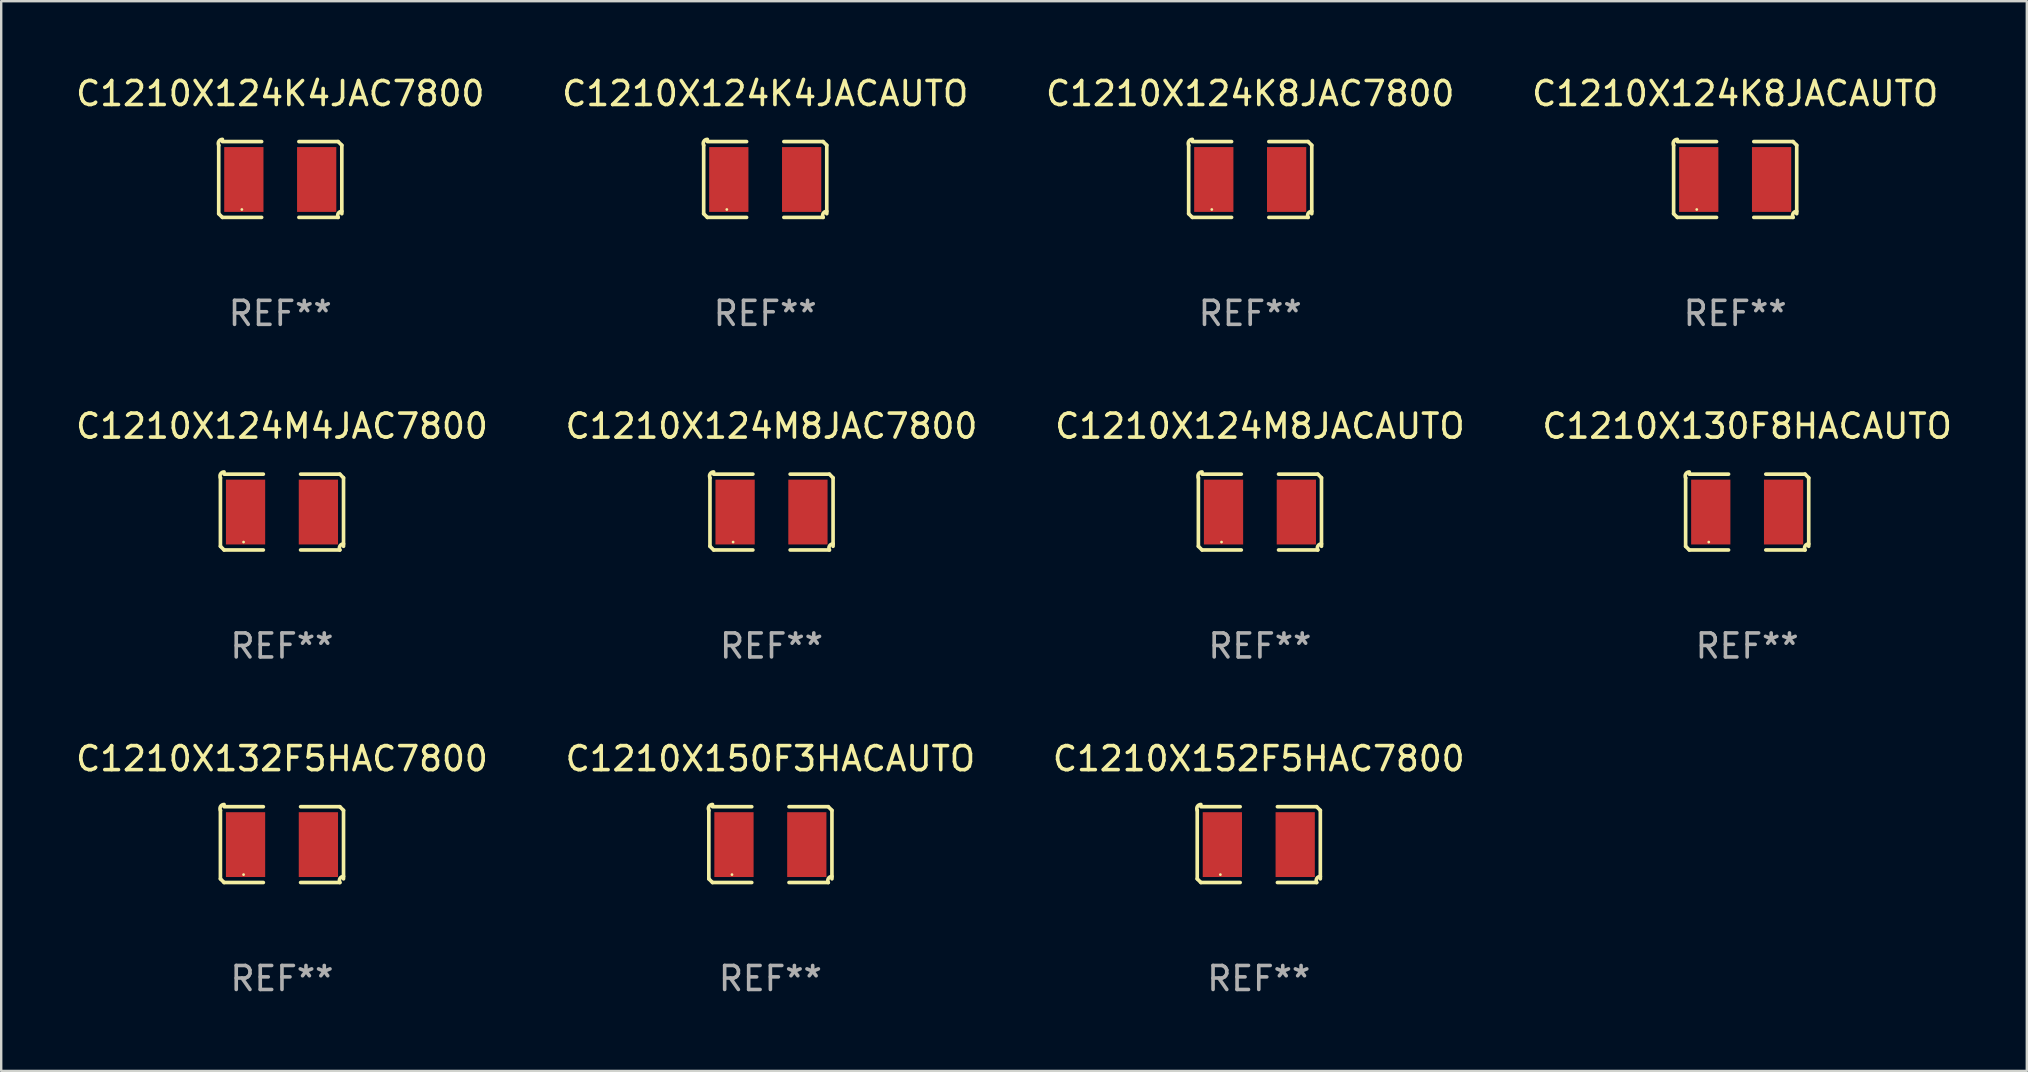
<source format=kicad_pcb>
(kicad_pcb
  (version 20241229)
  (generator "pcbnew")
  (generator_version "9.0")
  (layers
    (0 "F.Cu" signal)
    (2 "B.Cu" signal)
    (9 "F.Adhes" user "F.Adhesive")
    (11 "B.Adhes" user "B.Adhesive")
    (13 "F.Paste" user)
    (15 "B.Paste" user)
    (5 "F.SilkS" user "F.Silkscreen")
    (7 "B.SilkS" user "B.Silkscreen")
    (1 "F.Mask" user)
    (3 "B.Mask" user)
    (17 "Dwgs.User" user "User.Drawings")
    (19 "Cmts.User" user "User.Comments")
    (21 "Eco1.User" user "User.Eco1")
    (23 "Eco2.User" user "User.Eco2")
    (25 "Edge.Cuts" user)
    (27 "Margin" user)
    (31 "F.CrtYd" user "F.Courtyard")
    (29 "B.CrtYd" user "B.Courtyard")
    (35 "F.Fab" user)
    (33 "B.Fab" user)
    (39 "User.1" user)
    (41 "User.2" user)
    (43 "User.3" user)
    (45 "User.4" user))
  (footprint "C1210X150F3HACAUTO"
    (layer "F.Cu")
    (at 29.042 32.134)
    (property "Reference" "C1210X150F3HACAUTO" (at 0 -3.579 0) (layer "F.SilkS") (effects (font (size 1 1) (thickness 0.15))))
    (attr through_hole)
    (fp_line (start -2.564 1.426) (end -2.564 -1.426) (stroke (width 0.152) (type solid)) (layer "F.SilkS"))
    (fp_line (start -2.411 -1.579) (end -0.776 -1.579) (stroke (width 0.152) (type solid)) (layer "F.SilkS"))
    (fp_line (start -0.776 1.579) (end -2.411 1.579) (stroke (width 0.152) (type solid)) (layer "F.SilkS"))
    (fp_line (start 0.776 1.579) (end 2.411 1.579) (stroke (width 0.152) (type solid)) (layer "F.SilkS"))
    (fp_line (start 2.411 -1.579) (end 0.776 -1.579) (stroke (width 0.152) (type solid)) (layer "F.SilkS"))
    (fp_line (start 2.564 1.426) (end 2.564 -1.426) (stroke (width 0.152) (type solid)) (layer "F.SilkS"))
    (fp_arc (start -2.563602 -1.426213) (mid -2.555597 -1.591233) (end -2.411201 -1.671518) (stroke (width 0.1524) (type solid)) (layer "F.SilkS"))
    (fp_arc (start -2.5636 1.426214) (mid -2.487389 1.502402) (end -2.411201 1.578613) (stroke (width 0.1524) (type solid)) (layer "F.SilkS"))
    (fp_arc (start 2.411197 -1.578618) (mid 2.487403 -1.502419) (end 2.563602 -1.426213) (stroke (width 0.1524) (type solid)) (layer "F.SilkS"))
    (fp_arc (start 2.411201 1.578613) (mid 2.416214 1.409455) (end 2.563602 1.32629) (stroke (width 0.1524) (type solid)) (layer "F.SilkS"))
    (fp_circle (center -1.6 1.25) (end -1.57 1.25) (stroke (width 0.06) (type solid)) (fill no) (layer "F.SilkS"))
    (fp_text user "REF**" (at 0 5.579 0) (layer "F.Fab") (effects (font (size 1 1) (thickness 0.15))))
    (pad "1" smd rect (at -1.517 0) (size 1.635 2.7) (layers "F.Cu" "F.Mask" "F.Paste"))
    (pad "2" smd rect (at 1.517 0) (size 1.635 2.7) (layers "F.Cu" "F.Mask" "F.Paste")))
  (footprint "C1210X124M4JAC7800"
    (layer "F.Cu")
    (at 8.696 18.281)
    (property "Reference" "C1210X124M4JAC7800" (at 0 -3.579 0) (layer "F.SilkS") (effects (font (size 1 1) (thickness 0.15))))
    (attr through_hole)
    (fp_line (start -2.564 1.426) (end -2.564 -1.426) (stroke (width 0.152) (type solid)) (layer "F.SilkS"))
    (fp_line (start -2.411 -1.579) (end -0.776 -1.579) (stroke (width 0.152) (type solid)) (layer "F.SilkS"))
    (fp_line (start -0.776 1.579) (end -2.411 1.579) (stroke (width 0.152) (type solid)) (layer "F.SilkS"))
    (fp_line (start 0.776 1.579) (end 2.411 1.579) (stroke (width 0.152) (type solid)) (layer "F.SilkS"))
    (fp_line (start 2.411 -1.579) (end 0.776 -1.579) (stroke (width 0.152) (type solid)) (layer "F.SilkS"))
    (fp_line (start 2.564 1.426) (end 2.564 -1.426) (stroke (width 0.152) (type solid)) (layer "F.SilkS"))
    (fp_arc (start -2.563602 -1.426213) (mid -2.555597 -1.591233) (end -2.411201 -1.671518) (stroke (width 0.1524) (type solid)) (layer "F.SilkS"))
    (fp_arc (start -2.5636 1.426214) (mid -2.487389 1.502402) (end -2.411201 1.578613) (stroke (width 0.1524) (type solid)) (layer "F.SilkS"))
    (fp_arc (start 2.411197 -1.578618) (mid 2.487403 -1.502419) (end 2.563602 -1.426213) (stroke (width 0.1524) (type solid)) (layer "F.SilkS"))
    (fp_arc (start 2.411201 1.578613) (mid 2.416214 1.409455) (end 2.563602 1.32629) (stroke (width 0.1524) (type solid)) (layer "F.SilkS"))
    (fp_circle (center -1.6 1.25) (end -1.57 1.25) (stroke (width 0.06) (type solid)) (fill no) (layer "F.SilkS"))
    (fp_text user "REF**" (at 0 5.579 0) (layer "F.Fab") (effects (font (size 1 1) (thickness 0.15))))
    (pad "1" smd rect (at -1.517 0) (size 1.635 2.7) (layers "F.Cu" "F.Mask" "F.Paste"))
    (pad "2" smd rect (at 1.517 0) (size 1.635 2.7) (layers "F.Cu" "F.Mask" "F.Paste")))
  (footprint "C1210X124K8JACAUTO"
    (layer "F.Cu")
    (at 69.232 4.427)
    (property "Reference" "C1210X124K8JACAUTO" (at 0 -3.579 0) (layer "F.SilkS") (effects (font (size 1 1) (thickness 0.15))))
    (attr through_hole)
    (fp_line (start -2.564 1.426) (end -2.564 -1.426) (stroke (width 0.152) (type solid)) (layer "F.SilkS"))
    (fp_line (start -2.411 -1.579) (end -0.776 -1.579) (stroke (width 0.152) (type solid)) (layer "F.SilkS"))
    (fp_line (start -0.776 1.579) (end -2.411 1.579) (stroke (width 0.152) (type solid)) (layer "F.SilkS"))
    (fp_line (start 0.776 1.579) (end 2.411 1.579) (stroke (width 0.152) (type solid)) (layer "F.SilkS"))
    (fp_line (start 2.411 -1.579) (end 0.776 -1.579) (stroke (width 0.152) (type solid)) (layer "F.SilkS"))
    (fp_line (start 2.564 1.426) (end 2.564 -1.426) (stroke (width 0.152) (type solid)) (layer "F.SilkS"))
    (fp_arc (start -2.563602 -1.426213) (mid -2.555597 -1.591233) (end -2.411201 -1.671518) (stroke (width 0.1524) (type solid)) (layer "F.SilkS"))
    (fp_arc (start -2.5636 1.426214) (mid -2.487389 1.502402) (end -2.411201 1.578613) (stroke (width 0.1524) (type solid)) (layer "F.SilkS"))
    (fp_arc (start 2.411197 -1.578618) (mid 2.487403 -1.502419) (end 2.563602 -1.426213) (stroke (width 0.1524) (type solid)) (layer "F.SilkS"))
    (fp_arc (start 2.411201 1.578613) (mid 2.416214 1.409455) (end 2.563602 1.32629) (stroke (width 0.1524) (type solid)) (layer "F.SilkS"))
    (fp_circle (center -1.6 1.25) (end -1.57 1.25) (stroke (width 0.06) (type solid)) (fill no) (layer "F.SilkS"))
    (fp_text user "REF**" (at 0 5.579 0) (layer "F.Fab") (effects (font (size 1 1) (thickness 0.15))))
    (pad "1" smd rect (at -1.517 0) (size 1.635 2.7) (layers "F.Cu" "F.Mask" "F.Paste"))
    (pad "2" smd rect (at 1.517 0) (size 1.635 2.7) (layers "F.Cu" "F.Mask" "F.Paste")))
  (footprint "C1210X124M8JAC7800"
    (layer "F.Cu")
    (at 29.089 18.281)
    (property "Reference" "C1210X124M8JAC7800" (at 0 -3.579 0) (layer "F.SilkS") (effects (font (size 1 1) (thickness 0.15))))
    (attr through_hole)
    (fp_line (start -2.564 1.426) (end -2.564 -1.426) (stroke (width 0.152) (type solid)) (layer "F.SilkS"))
    (fp_line (start -2.411 -1.579) (end -0.776 -1.579) (stroke (width 0.152) (type solid)) (layer "F.SilkS"))
    (fp_line (start -0.776 1.579) (end -2.411 1.579) (stroke (width 0.152) (type solid)) (layer "F.SilkS"))
    (fp_line (start 0.776 1.579) (end 2.411 1.579) (stroke (width 0.152) (type solid)) (layer "F.SilkS"))
    (fp_line (start 2.411 -1.579) (end 0.776 -1.579) (stroke (width 0.152) (type solid)) (layer "F.SilkS"))
    (fp_line (start 2.564 1.426) (end 2.564 -1.426) (stroke (width 0.152) (type solid)) (layer "F.SilkS"))
    (fp_arc (start -2.563602 -1.426213) (mid -2.555597 -1.591233) (end -2.411201 -1.671518) (stroke (width 0.1524) (type solid)) (layer "F.SilkS"))
    (fp_arc (start -2.5636 1.426214) (mid -2.487389 1.502402) (end -2.411201 1.578613) (stroke (width 0.1524) (type solid)) (layer "F.SilkS"))
    (fp_arc (start 2.411197 -1.578618) (mid 2.487403 -1.502419) (end 2.563602 -1.426213) (stroke (width 0.1524) (type solid)) (layer "F.SilkS"))
    (fp_arc (start 2.411201 1.578613) (mid 2.416214 1.409455) (end 2.563602 1.32629) (stroke (width 0.1524) (type solid)) (layer "F.SilkS"))
    (fp_circle (center -1.6 1.25) (end -1.57 1.25) (stroke (width 0.06) (type solid)) (fill no) (layer "F.SilkS"))
    (fp_text user "REF**" (at 0 5.579 0) (layer "F.Fab") (effects (font (size 1 1) (thickness 0.15))))
    (pad "1" smd rect (at -1.517 0) (size 1.635 2.7) (layers "F.Cu" "F.Mask" "F.Paste"))
    (pad "2" smd rect (at 1.517 0) (size 1.635 2.7) (layers "F.Cu" "F.Mask" "F.Paste")))
  (footprint "C1210X124K4JAC7800"
    (layer "F.Cu")
    (at 8.625 4.427)
    (property "Reference" "C1210X124K4JAC7800" (at 0 -3.579 0) (layer "F.SilkS") (effects (font (size 1 1) (thickness 0.15))))
    (attr through_hole)
    (fp_line (start -2.564 1.426) (end -2.564 -1.426) (stroke (width 0.152) (type solid)) (layer "F.SilkS"))
    (fp_line (start -2.411 -1.579) (end -0.776 -1.579) (stroke (width 0.152) (type solid)) (layer "F.SilkS"))
    (fp_line (start -0.776 1.579) (end -2.411 1.579) (stroke (width 0.152) (type solid)) (layer "F.SilkS"))
    (fp_line (start 0.776 1.579) (end 2.411 1.579) (stroke (width 0.152) (type solid)) (layer "F.SilkS"))
    (fp_line (start 2.411 -1.579) (end 0.776 -1.579) (stroke (width 0.152) (type solid)) (layer "F.SilkS"))
    (fp_line (start 2.564 1.426) (end 2.564 -1.426) (stroke (width 0.152) (type solid)) (layer "F.SilkS"))
    (fp_arc (start -2.563602 -1.426213) (mid -2.555597 -1.591233) (end -2.411201 -1.671518) (stroke (width 0.1524) (type solid)) (layer "F.SilkS"))
    (fp_arc (start -2.5636 1.426214) (mid -2.487389 1.502402) (end -2.411201 1.578613) (stroke (width 0.1524) (type solid)) (layer "F.SilkS"))
    (fp_arc (start 2.411197 -1.578618) (mid 2.487403 -1.502419) (end 2.563602 -1.426213) (stroke (width 0.1524) (type solid)) (layer "F.SilkS"))
    (fp_arc (start 2.411201 1.578613) (mid 2.416214 1.409455) (end 2.563602 1.32629) (stroke (width 0.1524) (type solid)) (layer "F.SilkS"))
    (fp_circle (center -1.6 1.25) (end -1.57 1.25) (stroke (width 0.06) (type solid)) (fill no) (layer "F.SilkS"))
    (fp_text user "REF**" (at 0 5.579 0) (layer "F.Fab") (effects (font (size 1 1) (thickness 0.15))))
    (pad "1" smd rect (at -1.517 0) (size 1.635 2.7) (layers "F.Cu" "F.Mask" "F.Paste"))
    (pad "2" smd rect (at 1.517 0) (size 1.635 2.7) (layers "F.Cu" "F.Mask" "F.Paste")))
  (footprint "C1210X152F5HAC7800"
    (layer "F.Cu")
    (at 49.387 32.134)
    (property "Reference" "C1210X152F5HAC7800" (at 0 -3.579 0) (layer "F.SilkS") (effects (font (size 1 1) (thickness 0.15))))
    (attr through_hole)
    (fp_line (start -2.564 1.426) (end -2.564 -1.426) (stroke (width 0.152) (type solid)) (layer "F.SilkS"))
    (fp_line (start -2.411 -1.579) (end -0.776 -1.579) (stroke (width 0.152) (type solid)) (layer "F.SilkS"))
    (fp_line (start -0.776 1.579) (end -2.411 1.579) (stroke (width 0.152) (type solid)) (layer "F.SilkS"))
    (fp_line (start 0.776 1.579) (end 2.411 1.579) (stroke (width 0.152) (type solid)) (layer "F.SilkS"))
    (fp_line (start 2.411 -1.579) (end 0.776 -1.579) (stroke (width 0.152) (type solid)) (layer "F.SilkS"))
    (fp_line (start 2.564 1.426) (end 2.564 -1.426) (stroke (width 0.152) (type solid)) (layer "F.SilkS"))
    (fp_arc (start -2.563602 -1.426213) (mid -2.555597 -1.591233) (end -2.411201 -1.671518) (stroke (width 0.1524) (type solid)) (layer "F.SilkS"))
    (fp_arc (start -2.5636 1.426214) (mid -2.487389 1.502402) (end -2.411201 1.578613) (stroke (width 0.1524) (type solid)) (layer "F.SilkS"))
    (fp_arc (start 2.411197 -1.578618) (mid 2.487403 -1.502419) (end 2.563602 -1.426213) (stroke (width 0.1524) (type solid)) (layer "F.SilkS"))
    (fp_arc (start 2.411201 1.578613) (mid 2.416214 1.409455) (end 2.563602 1.32629) (stroke (width 0.1524) (type solid)) (layer "F.SilkS"))
    (fp_circle (center -1.6 1.25) (end -1.57 1.25) (stroke (width 0.06) (type solid)) (fill no) (layer "F.SilkS"))
    (fp_text user "REF**" (at 0 5.579 0) (layer "F.Fab") (effects (font (size 1 1) (thickness 0.15))))
    (pad "1" smd rect (at -1.517 0) (size 1.635 2.7) (layers "F.Cu" "F.Mask" "F.Paste"))
    (pad "2" smd rect (at 1.517 0) (size 1.635 2.7) (layers "F.Cu" "F.Mask" "F.Paste")))
  (footprint "C1210X124K8JAC7800"
    (layer "F.Cu")
    (at 49.03 4.427)
    (property "Reference" "C1210X124K8JAC7800" (at 0 -3.579 0) (layer "F.SilkS") (effects (font (size 1 1) (thickness 0.15))))
    (attr through_hole)
    (fp_line (start -2.564 1.426) (end -2.564 -1.426) (stroke (width 0.152) (type solid)) (layer "F.SilkS"))
    (fp_line (start -2.411 -1.579) (end -0.776 -1.579) (stroke (width 0.152) (type solid)) (layer "F.SilkS"))
    (fp_line (start -0.776 1.579) (end -2.411 1.579) (stroke (width 0.152) (type solid)) (layer "F.SilkS"))
    (fp_line (start 0.776 1.579) (end 2.411 1.579) (stroke (width 0.152) (type solid)) (layer "F.SilkS"))
    (fp_line (start 2.411 -1.579) (end 0.776 -1.579) (stroke (width 0.152) (type solid)) (layer "F.SilkS"))
    (fp_line (start 2.564 1.426) (end 2.564 -1.426) (stroke (width 0.152) (type solid)) (layer "F.SilkS"))
    (fp_arc (start -2.563602 -1.426213) (mid -2.555597 -1.591233) (end -2.411201 -1.671518) (stroke (width 0.1524) (type solid)) (layer "F.SilkS"))
    (fp_arc (start -2.5636 1.426214) (mid -2.487389 1.502402) (end -2.411201 1.578613) (stroke (width 0.1524) (type solid)) (layer "F.SilkS"))
    (fp_arc (start 2.411197 -1.578618) (mid 2.487403 -1.502419) (end 2.563602 -1.426213) (stroke (width 0.1524) (type solid)) (layer "F.SilkS"))
    (fp_arc (start 2.411201 1.578613) (mid 2.416214 1.409455) (end 2.563602 1.32629) (stroke (width 0.1524) (type solid)) (layer "F.SilkS"))
    (fp_circle (center -1.6 1.25) (end -1.57 1.25) (stroke (width 0.06) (type solid)) (fill no) (layer "F.SilkS"))
    (fp_text user "REF**" (at 0 5.579 0) (layer "F.Fab") (effects (font (size 1 1) (thickness 0.15))))
    (pad "1" smd rect (at -1.517 0) (size 1.635 2.7) (layers "F.Cu" "F.Mask" "F.Paste"))
    (pad "2" smd rect (at 1.517 0) (size 1.635 2.7) (layers "F.Cu" "F.Mask" "F.Paste")))
  (footprint "C1210X132F5HAC7800"
    (layer "F.Cu")
    (at 8.696 32.134)
    (property "Reference" "C1210X132F5HAC7800" (at 0 -3.579 0) (layer "F.SilkS") (effects (font (size 1 1) (thickness 0.15))))
    (attr through_hole)
    (fp_line (start -2.564 1.426) (end -2.564 -1.426) (stroke (width 0.152) (type solid)) (layer "F.SilkS"))
    (fp_line (start -2.411 -1.579) (end -0.776 -1.579) (stroke (width 0.152) (type solid)) (layer "F.SilkS"))
    (fp_line (start -0.776 1.579) (end -2.411 1.579) (stroke (width 0.152) (type solid)) (layer "F.SilkS"))
    (fp_line (start 0.776 1.579) (end 2.411 1.579) (stroke (width 0.152) (type solid)) (layer "F.SilkS"))
    (fp_line (start 2.411 -1.579) (end 0.776 -1.579) (stroke (width 0.152) (type solid)) (layer "F.SilkS"))
    (fp_line (start 2.564 1.426) (end 2.564 -1.426) (stroke (width 0.152) (type solid)) (layer "F.SilkS"))
    (fp_arc (start -2.563602 -1.426213) (mid -2.555597 -1.591233) (end -2.411201 -1.671518) (stroke (width 0.1524) (type solid)) (layer "F.SilkS"))
    (fp_arc (start -2.5636 1.426214) (mid -2.487389 1.502402) (end -2.411201 1.578613) (stroke (width 0.1524) (type solid)) (layer "F.SilkS"))
    (fp_arc (start 2.411197 -1.578618) (mid 2.487403 -1.502419) (end 2.563602 -1.426213) (stroke (width 0.1524) (type solid)) (layer "F.SilkS"))
    (fp_arc (start 2.411201 1.578613) (mid 2.416214 1.409455) (end 2.563602 1.32629) (stroke (width 0.1524) (type solid)) (layer "F.SilkS"))
    (fp_circle (center -1.6 1.25) (end -1.57 1.25) (stroke (width 0.06) (type solid)) (fill no) (layer "F.SilkS"))
    (fp_text user "REF**" (at 0 5.579 0) (layer "F.Fab") (effects (font (size 1 1) (thickness 0.15))))
    (pad "1" smd rect (at -1.517 0) (size 1.635 2.7) (layers "F.Cu" "F.Mask" "F.Paste"))
    (pad "2" smd rect (at 1.517 0) (size 1.635 2.7) (layers "F.Cu" "F.Mask" "F.Paste")))
  (footprint "C1210X124K4JACAUTO"
    (layer "F.Cu")
    (at 28.827 4.427)
    (property "Reference" "C1210X124K4JACAUTO" (at 0 -3.579 0) (layer "F.SilkS") (effects (font (size 1 1) (thickness 0.15))))
    (attr through_hole)
    (fp_line (start -2.564 1.426) (end -2.564 -1.426) (stroke (width 0.152) (type solid)) (layer "F.SilkS"))
    (fp_line (start -2.411 -1.579) (end -0.776 -1.579) (stroke (width 0.152) (type solid)) (layer "F.SilkS"))
    (fp_line (start -0.776 1.579) (end -2.411 1.579) (stroke (width 0.152) (type solid)) (layer "F.SilkS"))
    (fp_line (start 0.776 1.579) (end 2.411 1.579) (stroke (width 0.152) (type solid)) (layer "F.SilkS"))
    (fp_line (start 2.411 -1.579) (end 0.776 -1.579) (stroke (width 0.152) (type solid)) (layer "F.SilkS"))
    (fp_line (start 2.564 1.426) (end 2.564 -1.426) (stroke (width 0.152) (type solid)) (layer "F.SilkS"))
    (fp_arc (start -2.563602 -1.426213) (mid -2.555597 -1.591233) (end -2.411201 -1.671518) (stroke (width 0.1524) (type solid)) (layer "F.SilkS"))
    (fp_arc (start -2.5636 1.426214) (mid -2.487389 1.502402) (end -2.411201 1.578613) (stroke (width 0.1524) (type solid)) (layer "F.SilkS"))
    (fp_arc (start 2.411197 -1.578618) (mid 2.487403 -1.502419) (end 2.563602 -1.426213) (stroke (width 0.1524) (type solid)) (layer "F.SilkS"))
    (fp_arc (start 2.411201 1.578613) (mid 2.416214 1.409455) (end 2.563602 1.32629) (stroke (width 0.1524) (type solid)) (layer "F.SilkS"))
    (fp_circle (center -1.6 1.25) (end -1.57 1.25) (stroke (width 0.06) (type solid)) (fill no) (layer "F.SilkS"))
    (fp_text user "REF**" (at 0 5.579 0) (layer "F.Fab") (effects (font (size 1 1) (thickness 0.15))))
    (pad "1" smd rect (at -1.517 0) (size 1.635 2.7) (layers "F.Cu" "F.Mask" "F.Paste"))
    (pad "2" smd rect (at 1.517 0) (size 1.635 2.7) (layers "F.Cu" "F.Mask" "F.Paste")))
  (footprint "C1210X124M8JACAUTO"
    (layer "F.Cu")
    (at 49.435 18.281)
    (property "Reference" "C1210X124M8JACAUTO" (at 0 -3.579 0) (layer "F.SilkS") (effects (font (size 1 1) (thickness 0.15))))
    (attr through_hole)
    (fp_line (start -2.564 1.426) (end -2.564 -1.426) (stroke (width 0.152) (type solid)) (layer "F.SilkS"))
    (fp_line (start -2.411 -1.579) (end -0.776 -1.579) (stroke (width 0.152) (type solid)) (layer "F.SilkS"))
    (fp_line (start -0.776 1.579) (end -2.411 1.579) (stroke (width 0.152) (type solid)) (layer "F.SilkS"))
    (fp_line (start 0.776 1.579) (end 2.411 1.579) (stroke (width 0.152) (type solid)) (layer "F.SilkS"))
    (fp_line (start 2.411 -1.579) (end 0.776 -1.579) (stroke (width 0.152) (type solid)) (layer "F.SilkS"))
    (fp_line (start 2.564 1.426) (end 2.564 -1.426) (stroke (width 0.152) (type solid)) (layer "F.SilkS"))
    (fp_arc (start -2.563602 -1.426213) (mid -2.555597 -1.591233) (end -2.411201 -1.671518) (stroke (width 0.1524) (type solid)) (layer "F.SilkS"))
    (fp_arc (start -2.5636 1.426214) (mid -2.487389 1.502402) (end -2.411201 1.578613) (stroke (width 0.1524) (type solid)) (layer "F.SilkS"))
    (fp_arc (start 2.411197 -1.578618) (mid 2.487403 -1.502419) (end 2.563602 -1.426213) (stroke (width 0.1524) (type solid)) (layer "F.SilkS"))
    (fp_arc (start 2.411201 1.578613) (mid 2.416214 1.409455) (end 2.563602 1.32629) (stroke (width 0.1524) (type solid)) (layer "F.SilkS"))
    (fp_circle (center -1.6 1.25) (end -1.57 1.25) (stroke (width 0.06) (type solid)) (fill no) (layer "F.SilkS"))
    (fp_text user "REF**" (at 0 5.579 0) (layer "F.Fab") (effects (font (size 1 1) (thickness 0.15))))
    (pad "1" smd rect (at -1.517 0) (size 1.635 2.7) (layers "F.Cu" "F.Mask" "F.Paste"))
    (pad "2" smd rect (at 1.517 0) (size 1.635 2.7) (layers "F.Cu" "F.Mask" "F.Paste")))
  (footprint "C1210X130F8HACAUTO"
    (layer "F.Cu")
    (at 69.732 18.281)
    (property "Reference" "C1210X130F8HACAUTO" (at 0 -3.579 0) (layer "F.SilkS") (effects (font (size 1 1) (thickness 0.15))))
    (attr through_hole)
    (fp_line (start -2.564 1.426) (end -2.564 -1.426) (stroke (width 0.152) (type solid)) (layer "F.SilkS"))
    (fp_line (start -2.411 -1.579) (end -0.776 -1.579) (stroke (width 0.152) (type solid)) (layer "F.SilkS"))
    (fp_line (start -0.776 1.579) (end -2.411 1.579) (stroke (width 0.152) (type solid)) (layer "F.SilkS"))
    (fp_line (start 0.776 1.579) (end 2.411 1.579) (stroke (width 0.152) (type solid)) (layer "F.SilkS"))
    (fp_line (start 2.411 -1.579) (end 0.776 -1.579) (stroke (width 0.152) (type solid)) (layer "F.SilkS"))
    (fp_line (start 2.564 1.426) (end 2.564 -1.426) (stroke (width 0.152) (type solid)) (layer "F.SilkS"))
    (fp_arc (start -2.563602 -1.426213) (mid -2.555597 -1.591233) (end -2.411201 -1.671518) (stroke (width 0.1524) (type solid)) (layer "F.SilkS"))
    (fp_arc (start -2.5636 1.426214) (mid -2.487389 1.502402) (end -2.411201 1.578613) (stroke (width 0.1524) (type solid)) (layer "F.SilkS"))
    (fp_arc (start 2.411197 -1.578618) (mid 2.487403 -1.502419) (end 2.563602 -1.426213) (stroke (width 0.1524) (type solid)) (layer "F.SilkS"))
    (fp_arc (start 2.411201 1.578613) (mid 2.416214 1.409455) (end 2.563602 1.32629) (stroke (width 0.1524) (type solid)) (layer "F.SilkS"))
    (fp_circle (center -1.6 1.25) (end -1.57 1.25) (stroke (width 0.06) (type solid)) (fill no) (layer "F.SilkS"))
    (fp_text user "REF**" (at 0 5.579 0) (layer "F.Fab") (effects (font (size 1 1) (thickness 0.15))))
    (pad "1" smd rect (at -1.517 0) (size 1.635 2.7) (layers "F.Cu" "F.Mask" "F.Paste"))
    (pad "2" smd rect (at 1.517 0) (size 1.635 2.7) (layers "F.Cu" "F.Mask" "F.Paste")))
  (gr_rect
    (start -3 -3)
    (end 81.381 41.561)
    (stroke (width 0.1) (type default))
    (fill no)
    (layer "Edge.Cuts")))
</source>
